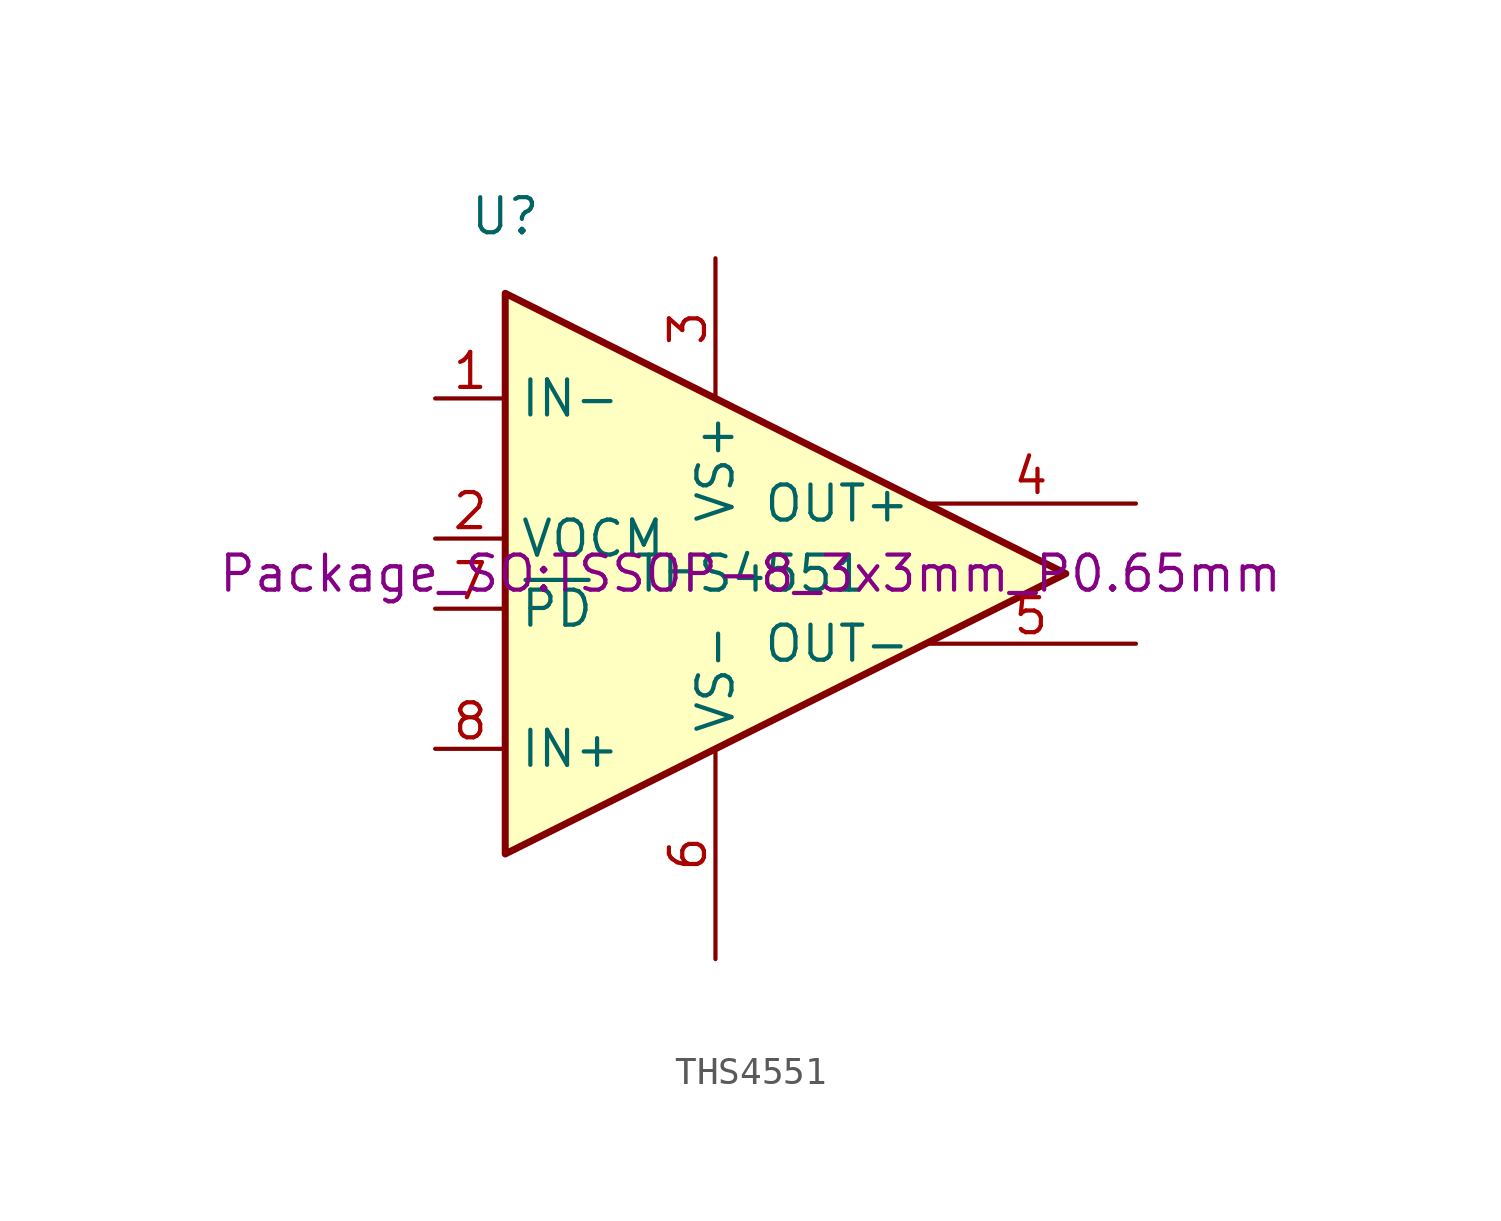
<source format=kicad_sym>
(kicad_symbol_lib
  (version 20241209)
  (generator "kicad_symbol_editor")
  (generator_version "9.0")
  (symbol "THS4551"
    (property "Reference" "U"
      (at -8.89 12.954 0)
      (effects (font (size 1.27 1.27))))
    (property "Value" "THS4551"
      (at 0 0 0)
      (effects (font (size 1.27 1.27))))
    (property "Footprint" "Package_SO:TSSOP-8_3x3mm_P0.65mm"
      (at 0 0 0)
      (effects (font (size 1.27 1.27))))
    (symbol "THS4551_0_0"
      (pin input line (at -11.43 6.35 0) (length 2.54) (name "IN-" (effects (font (size 1.27 1.27)))) (number "1" (effects (font (size 1.27 1.27)))))
      (pin input line (at -11.43 1.27 0) (length 2.54) (name "VOCM" (effects (font (size 1.27 1.27)))) (number "2" (effects (font (size 1.27 1.27)))))
      (pin input line (at -11.43 -1.27 0) (length 2.54) (name "~{PD}" (effects (font (size 1.27 1.27)))) (number "7" (effects (font (size 1.27 1.27)))))
      (pin input line (at -11.43 -6.35 0) (length 2.54) (name "IN+" (effects (font (size 1.27 1.27)))) (number "8" (effects (font (size 1.27 1.27))))))
    (symbol "THS4551_1_0"
      (pin power_in line (at -1.27 11.43 270) (length 5.08) (name "VS+" (effects (font (size 1.27 1.27)))) (number "3" (effects (font (size 1.27 1.27)))))
      (pin power_in line (at -1.27 -13.97 90) (length 7.62) (name "VS-" (effects (font (size 1.27 1.27)))) (number "6" (effects (font (size 1.27 1.27)))))
      (pin output line (at 13.97 2.54 180) (length 7.62) (name "OUT+" (effects (font (size 1.27 1.27)))) (number "4" (effects (font (size 1.27 1.27)))))
      (pin output line (at 13.97 -2.54 180) (length 7.62) (name "OUT-" (effects (font (size 1.27 1.27)))) (number "5" (effects (font (size 1.27 1.27))))))
    (symbol "THS4551_1_1"
      (polyline (pts (xy -8.89 10.16) (xy 11.43 0) (xy -8.89 -10.16) (xy -8.89 10.16)) (stroke (width 0.254) (type default)) (fill (type background))))))
</source>
